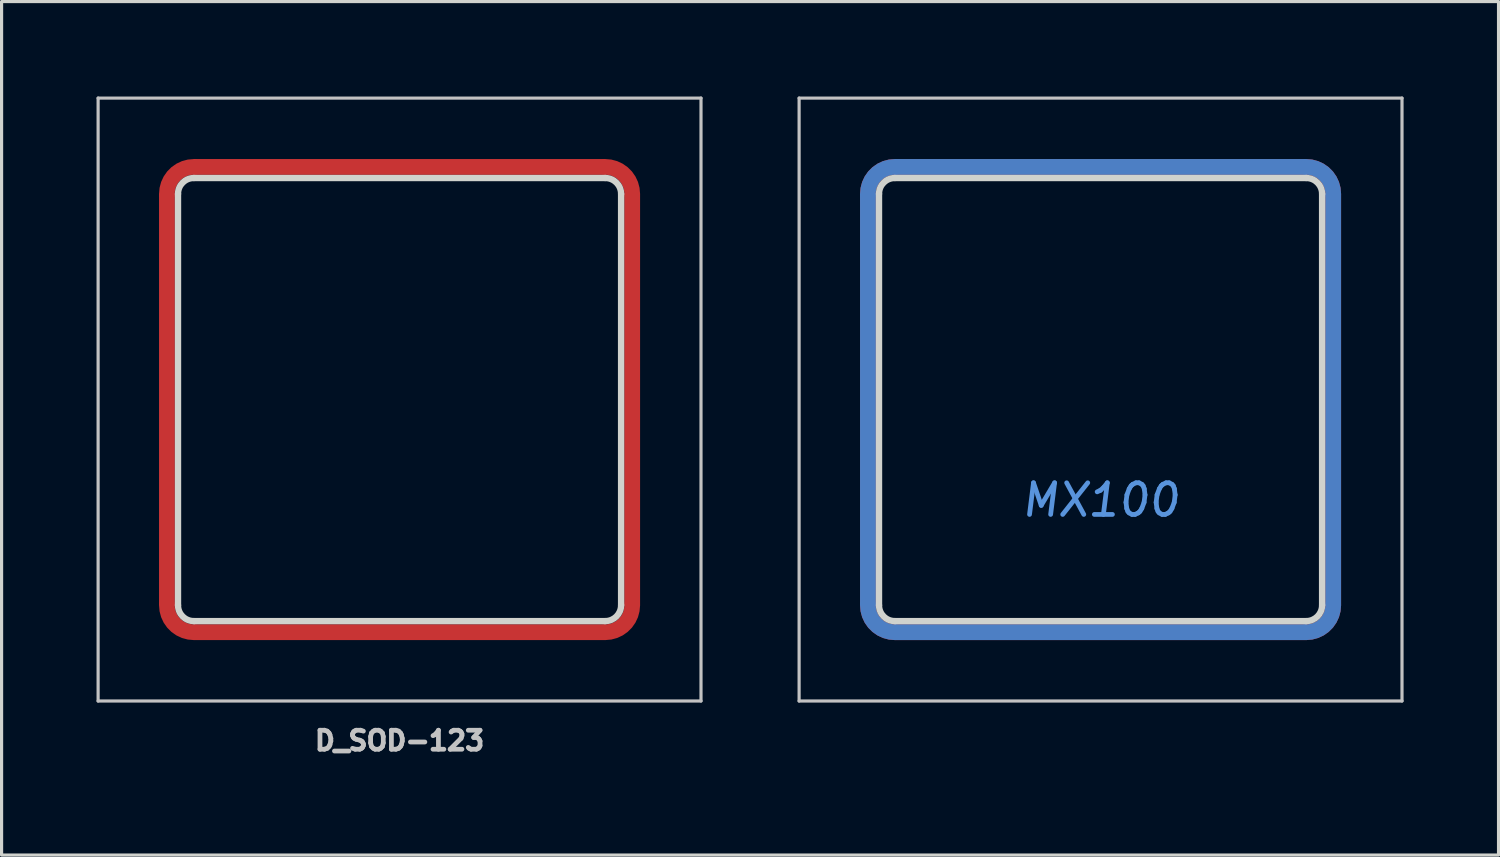
<source format=kicad_pcb>
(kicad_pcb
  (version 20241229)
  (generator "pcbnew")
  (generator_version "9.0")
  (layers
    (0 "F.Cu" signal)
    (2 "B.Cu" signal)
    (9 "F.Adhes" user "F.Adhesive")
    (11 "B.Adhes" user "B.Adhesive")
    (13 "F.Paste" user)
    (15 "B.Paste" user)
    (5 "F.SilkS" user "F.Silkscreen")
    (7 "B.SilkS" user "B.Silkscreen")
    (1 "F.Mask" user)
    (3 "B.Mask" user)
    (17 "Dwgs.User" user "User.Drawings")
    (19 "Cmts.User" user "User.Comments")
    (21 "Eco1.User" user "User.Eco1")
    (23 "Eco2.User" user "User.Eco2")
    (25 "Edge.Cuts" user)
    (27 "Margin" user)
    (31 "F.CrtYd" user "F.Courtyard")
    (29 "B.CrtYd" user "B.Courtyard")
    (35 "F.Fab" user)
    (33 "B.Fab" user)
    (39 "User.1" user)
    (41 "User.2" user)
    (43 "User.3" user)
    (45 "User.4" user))
  (footprint "MX100"
    (layer "F.Cu")
    (at 31.725 9.575)
    (property "Reference" "MX100" (at 0 3.175 0) (layer "Cmts.User") (effects (font (size 1 1) (thickness 0.15) (italic yes))))
    (attr through_hole)
    (fp_line (start -9.525 -9.525) (end 9.525 -9.525) (stroke (width 0.1) (type solid)) (layer "Dwgs.User"))
    (fp_line (start -9.525 9.525) (end -9.525 -9.525) (stroke (width 0.1) (type solid)) (layer "Dwgs.User"))
    (fp_line (start 9.525 -9.525) (end 9.525 9.525) (stroke (width 0.1) (type solid)) (layer "Dwgs.User"))
    (fp_line (start 9.525 9.525) (end -9.525 9.525) (stroke (width 0.1) (type solid)) (layer "Dwgs.User"))
    (fp_line (start -2.159 0) (end 2.159 0) (stroke (width 0.1) (type solid)) (layer "Eco1.User"))
    (fp_line (start 0 -2.286) (end 0 2.286) (stroke (width 0.1) (type solid)) (layer "Eco1.User"))
    (fp_circle (center 0 0) (end 1.905 0) (stroke (width 0.1) (type solid)) (fill no) (layer "Eco1.User"))
    (fp_line (start -7 -6.5) (end -7 6.5) (stroke (width 0.2) (type solid)) (layer "Edge.Cuts"))
    (fp_line (start -6.5 -7) (end 6.5 -7) (stroke (width 0.2) (type solid)) (layer "Edge.Cuts"))
    (fp_line (start -6.5 7) (end 6.5 7) (stroke (width 0.2) (type solid)) (layer "Edge.Cuts"))
    (fp_line (start 7 -6.5) (end 7 6.5) (stroke (width 0.2) (type solid)) (layer "Edge.Cuts"))
    (fp_arc (start -7 -6.5) (mid -6.853553 -6.853553) (end -6.5 -7) (stroke (width 0.2) (type solid)) (layer "Edge.Cuts"))
    (fp_arc (start -6.5 7) (mid -6.853553 6.853553) (end -7 6.5) (stroke (width 0.2) (type solid)) (layer "Edge.Cuts"))
    (fp_arc (start 6.5 -7) (mid 6.853553 -6.853553) (end 7 -6.5) (stroke (width 0.2) (type solid)) (layer "Edge.Cuts"))
    (fp_arc (start 7 6.5) (mid 6.853553 6.853553) (end 6.5 7) (stroke (width 0.2) (type solid)) (layer "Edge.Cuts"))
    (pad "1" smd rect (at -7.35 0) (size 0.5 13) (layers "F.Cu" "F.Mask"))
    (pad "1" smd rect (at -7.35 0) (size 0.5 13) (layers "B.Cu" "B.Mask"))
    (pad "1" smd custom (at -7.1 -7.1) (size 0.1 0.1) (layers "F.Cu" "F.Mask") (options (anchor rect)) (primitives (gr_arc (start -0.25 0.6) (mid -0.001041 -0.001041) (end 0.6 -0.25) (width 0.5))))
    (pad "1" smd custom (at -7.1 -7.1) (size 0.1 0.1) (layers "B.Cu" "B.Mask") (options (anchor rect)) (primitives (gr_arc (start -0.25 0.6) (mid -0.001041 -0.001041) (end 0.6 -0.25) (width 0.5))))
    (pad "1" smd custom (at -7.1 7.1 90) (size 0.1 0.1) (layers "F.Cu" "F.Mask") (options (anchor rect)) (primitives (gr_arc (start -0.25 0.6) (mid -0.001041 -0.001041) (end 0.6 -0.25) (width 0.5))))
    (pad "1" smd custom (at -7.1 7.1 90) (size 0.1 0.1) (layers "B.Cu" "B.Mask") (options (anchor rect)) (primitives (gr_arc (start -0.25 0.6) (mid -0.001041 -0.001041) (end 0.6 -0.25) (width 0.5))))
    (pad "1" smd rect (at 0 -7.35 270) (size 0.5 13) (layers "F.Cu" "F.Mask"))
    (pad "1" smd rect (at 0 -7.35 270) (size 0.5 13) (layers "B.Cu" "B.Mask"))
    (pad "1" smd rect (at 0 7.35 90) (size 0.5 13) (layers "F.Cu" "F.Mask"))
    (pad "1" smd rect (at 0 7.35 90) (size 0.5 13) (layers "B.Cu" "B.Mask"))
    (pad "1" smd custom (at 7.1 -7.1 270) (size 0.1 0.1) (layers "F.Cu" "F.Mask") (options (anchor rect)) (primitives (gr_arc (start -0.25 0.6) (mid -0.001041 -0.001041) (end 0.6 -0.25) (width 0.5))))
    (pad "1" smd custom (at 7.1 -7.1 270) (size 0.1 0.1) (layers "B.Cu" "B.Mask") (options (anchor rect)) (primitives (gr_arc (start -0.25 0.6) (mid -0.001041 -0.001041) (end 0.6 -0.25) (width 0.5))))
    (pad "1" smd custom (at 7.1 7.1 180) (size 0.1 0.1) (layers "F.Cu" "F.Mask") (options (anchor rect)) (primitives (gr_arc (start -0.25 0.6) (mid -0.001041 -0.001041) (end 0.6 -0.25) (width 0.5))))
    (pad "1" smd custom (at 7.1 7.1 180) (size 0.1 0.1) (layers "B.Cu" "B.Mask") (options (anchor rect)) (primitives (gr_arc (start -0.25 0.6) (mid -0.001041 -0.001041) (end 0.6 -0.25) (width 0.5))))
    (pad "1" smd rect (at 7.35 0 180) (size 0.5 13) (layers "F.Cu" "F.Mask"))
    (pad "1" smd rect (at 7.35 0 180) (size 0.5 13) (layers "B.Cu" "B.Mask")))
  (footprint "D_SOD-123"
    (layer "F.Cu")
    (at 9.575 9.575)
    (property "Reference" "D_SOD-123" (at -0.00012 10.779 180) (layer "Dwgs.User") (effects (font (size 0.6 0.6) (thickness 0.15))))
    (attr smd)
    (fp_line (start -9.525 -9.525) (end 9.525 -9.525) (stroke (width 0.1) (type solid)) (layer "Dwgs.User"))
    (fp_line (start -9.525 9.525) (end -9.525 -9.525) (stroke (width 0.1) (type solid)) (layer "Dwgs.User"))
    (fp_line (start 9.525 -9.525) (end 9.525 9.525) (stroke (width 0.1) (type solid)) (layer "Dwgs.User"))
    (fp_line (start 9.525 9.525) (end -9.525 9.525) (stroke (width 0.1) (type solid)) (layer "Dwgs.User"))
    (fp_line (start -2.159 0) (end 2.159 0) (stroke (width 0.1) (type solid)) (layer "Eco1.User"))
    (fp_line (start 0 -2.286) (end 0 2.286) (stroke (width 0.1) (type solid)) (layer "Eco1.User"))
    (fp_circle (center 0 0) (end 1.905 0) (stroke (width 0.1) (type solid)) (fill no) (layer "Eco1.User"))
    (fp_line (start -7 -6.5) (end -7 6.5) (stroke (width 0.2) (type solid)) (layer "Edge.Cuts"))
    (fp_line (start -6.5 -7) (end 6.5 -7) (stroke (width 0.2) (type solid)) (layer "Edge.Cuts"))
    (fp_line (start -6.5 7) (end 6.5 7) (stroke (width 0.2) (type solid)) (layer "Edge.Cuts"))
    (fp_line (start 7 -6.5) (end 7 6.5) (stroke (width 0.2) (type solid)) (layer "Edge.Cuts"))
    (fp_arc (start -7 -6.5) (mid -6.853553 -6.853553) (end -6.5 -7) (stroke (width 0.2) (type solid)) (layer "Edge.Cuts"))
    (fp_arc (start -6.5 7) (mid -6.853553 6.853553) (end -7 6.5) (stroke (width 0.2) (type solid)) (layer "Edge.Cuts"))
    (fp_arc (start 6.5 -7) (mid 6.853553 -6.853553) (end 7 -6.5) (stroke (width 0.2) (type solid)) (layer "Edge.Cuts"))
    (fp_arc (start 7 6.5) (mid 6.853553 6.853553) (end 6.5 7) (stroke (width 0.2) (type solid)) (layer "Edge.Cuts"))
    (pad "1" smd rect (at -7.35 0) (size 0.5 13) (layers "F.Cu" "F.Mask"))
    (pad "1" smd custom (at -7.1 -7.1) (size 0.1 0.1) (layers "F.Cu" "F.Mask") (options (anchor rect)) (primitives (gr_arc (start -0.25 0.6) (mid -0.001041 -0.001041) (end 0.6 -0.25) (width 0.5))))
    (pad "1" smd custom (at -7.1 7.1 90) (size 0.1 0.1) (layers "F.Cu" "F.Mask") (options (anchor rect)) (primitives (gr_arc (start -0.25 0.6) (mid -0.001041 -0.001041) (end 0.6 -0.25) (width 0.5))))
    (pad "1" smd rect (at 0 -7.35 270) (size 0.5 13) (layers "F.Cu" "F.Mask"))
    (pad "1" smd rect (at 0 7.35 90) (size 0.5 13) (layers "F.Cu" "F.Mask"))
    (pad "1" smd custom (at 7.1 -7.1 270) (size 0.1 0.1) (layers "F.Cu" "F.Mask") (options (anchor rect)) (primitives (gr_arc (start -0.25 0.6) (mid -0.001041 -0.001041) (end 0.6 -0.25) (width 0.5))))
    (pad "1" smd custom (at 7.1 7.1 180) (size 0.1 0.1) (layers "F.Cu" "F.Mask") (options (anchor rect)) (primitives (gr_arc (start -0.25 0.6) (mid -0.001041 -0.001041) (end 0.6 -0.25) (width 0.5))))
    (pad "1" smd rect (at 7.35 0 180) (size 0.5 13) (layers "F.Cu" "F.Mask")))
  (gr_rect
    (start -3 -3)
    (end 44.3 23.968)
    (stroke (width 0.1) (type default))
    (fill no)
    (layer "Edge.Cuts")))
</source>
